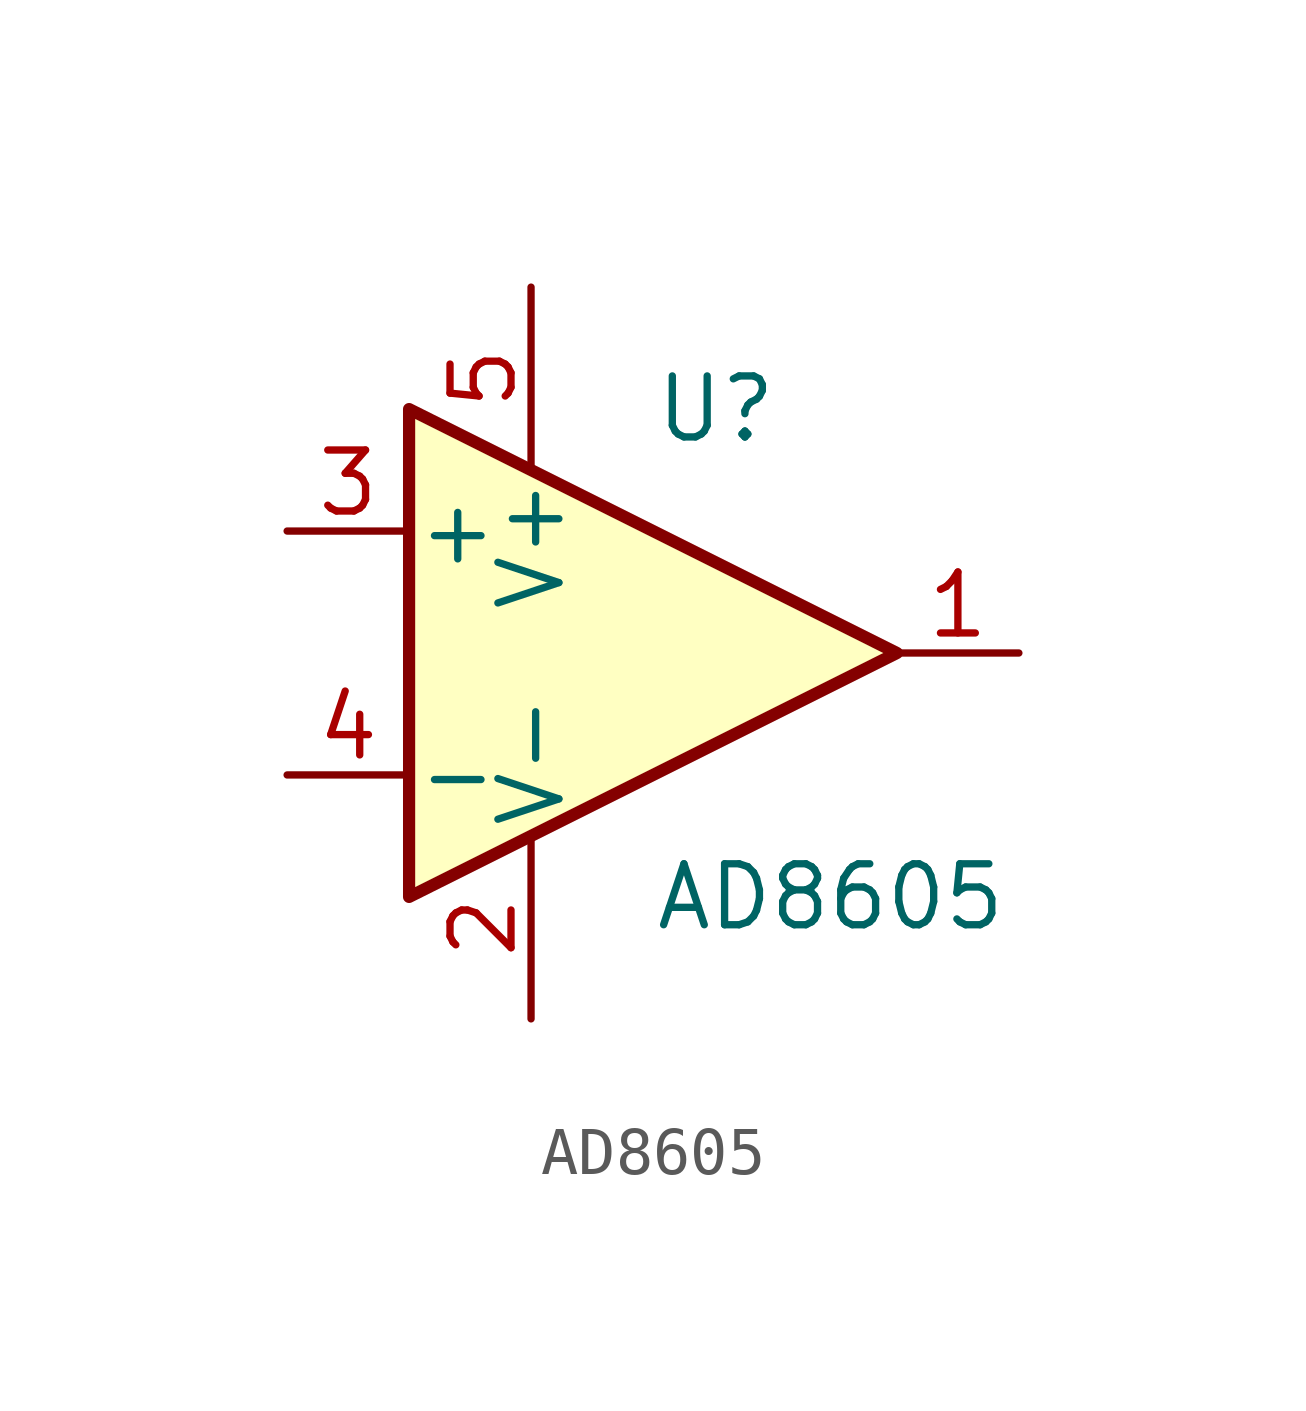
<source format=kicad_sym>
(kicad_symbol_lib
  (version 20231120)
  (generator "kicad_symbol_editor")
  (generator_version "8.0")
  (symbol "AD8605"
    (pin_names
      (offset 0.127))
    (property "Reference" "U"
      (at 0 5.08 0)
      (effects (font (size 1.27 1.27)) (justify left)))
    (property "Value" "AD8605"
      (at 0 -5.08 0)
      (effects (font (size 1.27 1.27)) (justify left)))
    (symbol "AD8605_0_1"
      (polyline (pts (xy -5.08 5.08) (xy 5.08 0) (xy -5.08 -5.08) (xy -5.08 5.08)) (stroke (width 0.254) (type default)) (fill (type background)))
      (pin power_in line (at -2.54 -7.62 90) (length 3.81) (name "V-" (effects (font (size 1.27 1.27)))) (number "2" (effects (font (size 1.27 1.27)))))
      (pin power_in line (at -2.54 7.62 270) (length 3.81) (name "V+" (effects (font (size 1.27 1.27)))) (number "5" (effects (font (size 1.27 1.27))))))
    (symbol "AD8605_1_1"
      (pin output line (at 7.62 0 180) (length 2.54) (name "~" (effects (font (size 1.27 1.27)))) (number "1" (effects (font (size 1.27 1.27)))))
      (pin input line (at -7.62 2.54 0) (length 2.54) (name "+" (effects (font (size 1.27 1.27)))) (number "3" (effects (font (size 1.27 1.27)))))
      (pin input line (at -7.62 -2.54 0) (length 2.54) (name "-" (effects (font (size 1.27 1.27)))) (number "4" (effects (font (size 1.27 1.27))))))))
</source>
